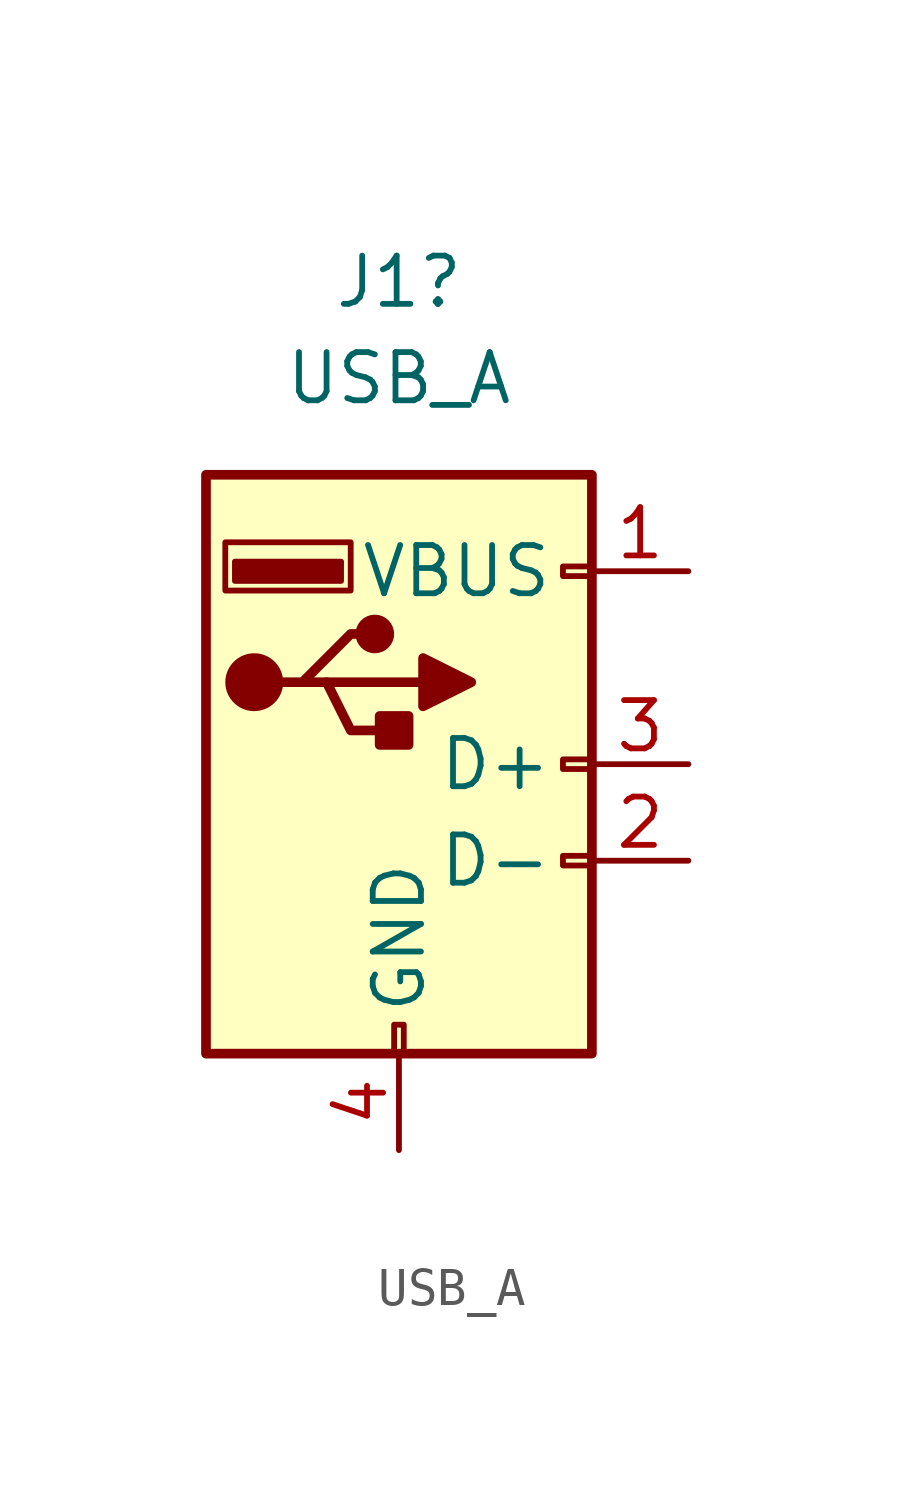
<source format=kicad_sym>
(kicad_symbol_lib
  (version 20220914)
  (generator kicad_symbol_editor)
  (symbol "USB_A"
    (pin_names
      (offset 1.016))
    (property "Reference" "J1"
      (at 0 12.7 0)
      (effects (font (size 1.27 1.27))))
    (property "Value" "USB_A"
      (at 0 10.16 0)
      (effects (font (size 1.27 1.27))))
    (symbol "USB_A_0_1"
      (rectangle (start -5.08 -7.62) (end 5.08 7.62) (stroke (width 0.254) (type default)) (fill (type background)))
      (circle (center -3.81 2.159) (radius 0.635) (stroke (width 0.254) (type default)) (fill (type outline)))
      (rectangle (start -1.524 4.826) (end -4.318 5.334) (stroke (width 0) (type default)) (fill (type outline)))
      (rectangle (start -1.27 4.572) (end -4.572 5.842) (stroke (width 0) (type default)) (fill (type none)))
      (circle (center -0.635 3.429) (radius 0.381) (stroke (width 0.254) (type default)) (fill (type outline)))
      (rectangle (start -0.127 -7.62) (end 0.127 -6.858) (stroke (width 0) (type default)) (fill (type none)))
      (polyline (pts (xy -3.175 2.159) (xy -2.54 2.159) (xy -1.27 3.429) (xy -0.635 3.429)) (stroke (width 0.254) (type default)) (fill (type none)))
      (polyline (pts (xy -2.54 2.159) (xy -1.905 2.159) (xy -1.27 0.889) (xy 0 0.889)) (stroke (width 0.254) (type default)) (fill (type none)))
      (polyline (pts (xy 0.635 2.794) (xy 0.635 1.524) (xy 1.905 2.159) (xy 0.635 2.794)) (stroke (width 0.254) (type default)) (fill (type outline)))
      (rectangle (start 0.254 1.27) (end -0.508 0.508) (stroke (width 0.254) (type default)) (fill (type outline)))
      (rectangle (start 5.08 -2.667) (end 4.318 -2.413) (stroke (width 0) (type default)) (fill (type none)))
      (rectangle (start 5.08 -0.127) (end 4.318 0.127) (stroke (width 0) (type default)) (fill (type none)))
      (rectangle (start 5.08 4.953) (end 4.318 5.207) (stroke (width 0) (type default)) (fill (type none))))
    (symbol "USB_A_1_1"
      (polyline (pts (xy -1.905 2.159) (xy 0.635 2.159)) (stroke (width 0.254) (type default)) (fill (type none)))
      (pin power_in line (at 7.62 5.08 180) (length 2.54) (name "VBUS" (effects (font (size 1.27 1.27)))) (number "1" (effects (font (size 1.27 1.27)))))
      (pin bidirectional line (at 7.62 -2.54 180) (length 2.54) (name "D-" (effects (font (size 1.27 1.27)))) (number "2" (effects (font (size 1.27 1.27)))))
      (pin bidirectional line (at 7.62 0 180) (length 2.54) (name "D+" (effects (font (size 1.27 1.27)))) (number "3" (effects (font (size 1.27 1.27)))))
      (pin power_in line (at 0 -10.16 90) (length 2.54) (name "GND" (effects (font (size 1.27 1.27)))) (number "4" (effects (font (size 1.27 1.27))))))))
</source>
